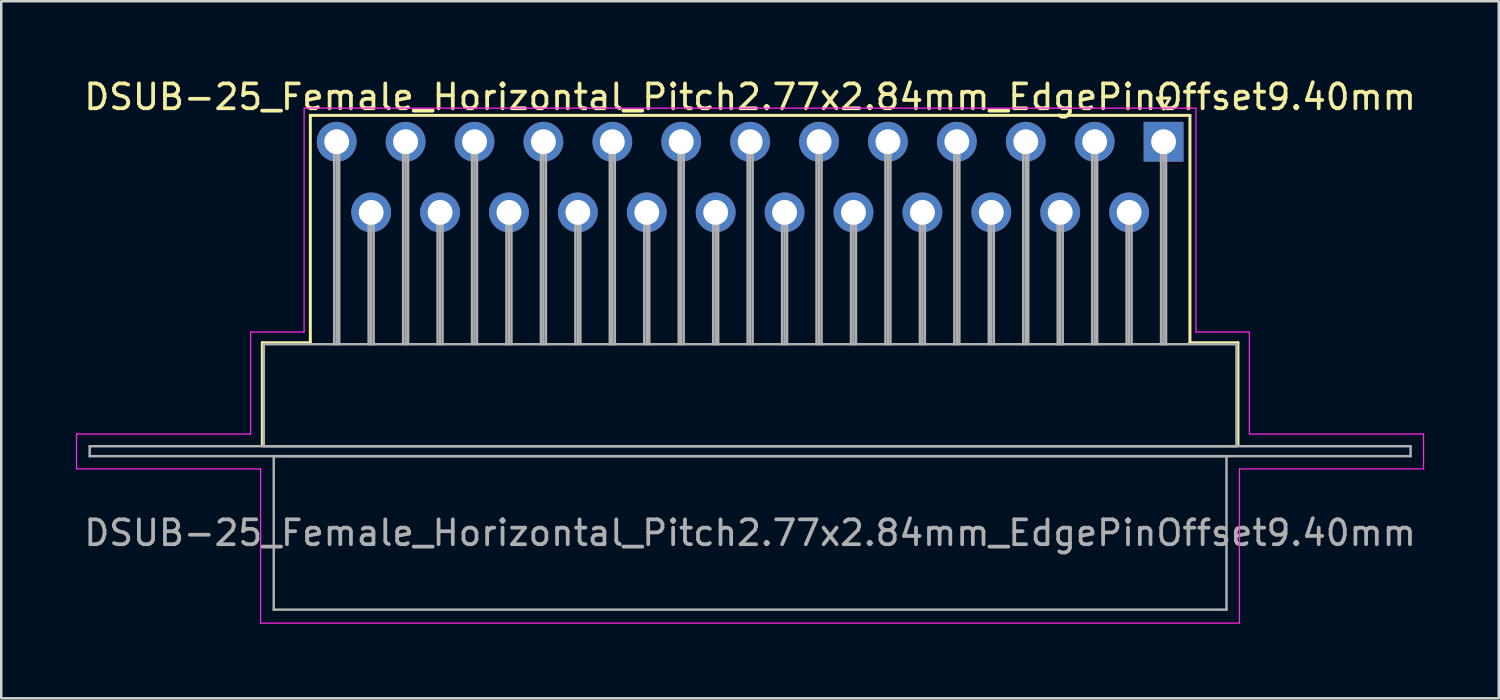
<source format=kicad_pcb>
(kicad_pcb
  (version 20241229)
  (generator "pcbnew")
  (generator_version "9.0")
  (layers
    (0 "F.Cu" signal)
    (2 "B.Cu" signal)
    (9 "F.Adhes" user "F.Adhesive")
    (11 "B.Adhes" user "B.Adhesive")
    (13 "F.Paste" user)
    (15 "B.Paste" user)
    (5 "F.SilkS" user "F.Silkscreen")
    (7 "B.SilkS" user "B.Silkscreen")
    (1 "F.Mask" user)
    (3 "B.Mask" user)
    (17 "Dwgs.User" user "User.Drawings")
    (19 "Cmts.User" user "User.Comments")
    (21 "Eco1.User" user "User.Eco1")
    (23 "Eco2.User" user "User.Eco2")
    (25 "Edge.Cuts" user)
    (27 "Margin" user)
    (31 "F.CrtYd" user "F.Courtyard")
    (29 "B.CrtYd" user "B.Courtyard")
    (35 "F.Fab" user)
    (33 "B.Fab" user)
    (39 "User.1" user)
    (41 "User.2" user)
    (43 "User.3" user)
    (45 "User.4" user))
  (footprint "DSUB-25_Female_Horizontal_Pitch2.77x2.84mm_EdgePinOffset9.40mm"
    (layer "F.Cu")
    (at 43.725 2.648)
    (property "Reference" "DSUB-25_Female_Horizontal_Pitch2.77x2.84mm_EdgePinOffset9.40mm" (at -16.62 -1.8 0) (layer "F.SilkS") (effects (font (size 1 1) (thickness 0.15))))
    (attr through_hole)
    (fp_line (start -36.23 8.08) (end -34.3 8.08) (stroke (width 0.12) (type solid)) (layer "F.SilkS"))
    (fp_line (start -36.23 12.18) (end -36.23 8.08) (stroke (width 0.12) (type solid)) (layer "F.SilkS"))
    (fp_line (start -34.3 -1.06) (end 1.06 -1.06) (stroke (width 0.12) (type solid)) (layer "F.SilkS"))
    (fp_line (start -34.3 8.08) (end -34.3 -1.06) (stroke (width 0.12) (type solid)) (layer "F.SilkS"))
    (fp_line (start -0.25 -1.754) (end 0.25 -1.754) (stroke (width 0.12) (type solid)) (layer "F.SilkS"))
    (fp_line (start 0 -1.321) (end -0.25 -1.754) (stroke (width 0.12) (type solid)) (layer "F.SilkS"))
    (fp_line (start 0.25 -1.754) (end 0 -1.321) (stroke (width 0.12) (type solid)) (layer "F.SilkS"))
    (fp_line (start 1.06 -1.06) (end 1.06 8.08) (stroke (width 0.12) (type solid)) (layer "F.SilkS"))
    (fp_line (start 1.06 8.08) (end 2.99 8.08) (stroke (width 0.12) (type solid)) (layer "F.SilkS"))
    (fp_line (start 2.99 8.08) (end 2.99 12.18) (stroke (width 0.12) (type solid)) (layer "F.SilkS"))
    (fp_line (start -43.7 11.75) (end -36.7 11.75) (stroke (width 0.05) (type solid)) (layer "F.CrtYd"))
    (fp_line (start -43.7 13.15) (end -43.7 11.75) (stroke (width 0.05) (type solid)) (layer "F.CrtYd"))
    (fp_line (start -36.7 7.65) (end -34.55 7.65) (stroke (width 0.05) (type solid)) (layer "F.CrtYd"))
    (fp_line (start -36.7 11.75) (end -36.7 7.65) (stroke (width 0.05) (type solid)) (layer "F.CrtYd"))
    (fp_line (start -36.3 13.15) (end -43.7 13.15) (stroke (width 0.05) (type solid)) (layer "F.CrtYd"))
    (fp_line (start -36.3 19.35) (end -36.3 13.15) (stroke (width 0.05) (type solid)) (layer "F.CrtYd"))
    (fp_line (start -34.55 -1.35) (end 1.3 -1.35) (stroke (width 0.05) (type solid)) (layer "F.CrtYd"))
    (fp_line (start -34.55 7.65) (end -34.55 -1.35) (stroke (width 0.05) (type solid)) (layer "F.CrtYd"))
    (fp_line (start 1.3 -1.35) (end 1.3 7.65) (stroke (width 0.05) (type solid)) (layer "F.CrtYd"))
    (fp_line (start 1.3 7.65) (end 3.45 7.65) (stroke (width 0.05) (type solid)) (layer "F.CrtYd"))
    (fp_line (start 3.05 13.15) (end 3.05 19.35) (stroke (width 0.05) (type solid)) (layer "F.CrtYd"))
    (fp_line (start 3.05 19.35) (end -36.3 19.35) (stroke (width 0.05) (type solid)) (layer "F.CrtYd"))
    (fp_line (start 3.45 7.65) (end 3.45 11.75) (stroke (width 0.05) (type solid)) (layer "F.CrtYd"))
    (fp_line (start 3.45 11.75) (end 10.45 11.75) (stroke (width 0.05) (type solid)) (layer "F.CrtYd"))
    (fp_line (start 10.45 11.75) (end 10.45 13.15) (stroke (width 0.05) (type solid)) (layer "F.CrtYd"))
    (fp_line (start 10.45 13.15) (end 3.05 13.15) (stroke (width 0.05) (type solid)) (layer "F.CrtYd"))
    (fp_line (start -43.17 12.24) (end -43.17 12.64) (stroke (width 0.1) (type solid)) (layer "F.Fab"))
    (fp_line (start -43.17 12.64) (end 9.93 12.64) (stroke (width 0.1) (type solid)) (layer "F.Fab"))
    (fp_line (start -36.17 8.14) (end -36.17 12.24) (stroke (width 0.1) (type solid)) (layer "F.Fab"))
    (fp_line (start -36.17 12.24) (end 2.93 12.24) (stroke (width 0.1) (type solid)) (layer "F.Fab"))
    (fp_line (start -35.77 12.64) (end -35.77 18.81) (stroke (width 0.1) (type solid)) (layer "F.Fab"))
    (fp_line (start -35.77 18.81) (end 2.53 18.81) (stroke (width 0.1) (type solid)) (layer "F.Fab"))
    (fp_line (start -33.34 0) (end -33.34 8.14) (stroke (width 0.1) (type solid)) (layer "F.Fab"))
    (fp_line (start -33.24 0) (end -33.24 8.14) (stroke (width 0.1) (type solid)) (layer "F.Fab"))
    (fp_line (start -33.14 0) (end -33.14 8.14) (stroke (width 0.1) (type solid)) (layer "F.Fab"))
    (fp_line (start -31.955 2.84) (end -31.955 8.14) (stroke (width 0.1) (type solid)) (layer "F.Fab"))
    (fp_line (start -31.855 2.84) (end -31.855 8.14) (stroke (width 0.1) (type solid)) (layer "F.Fab"))
    (fp_line (start -31.755 2.84) (end -31.755 8.14) (stroke (width 0.1) (type solid)) (layer "F.Fab"))
    (fp_line (start -30.57 0) (end -30.57 8.14) (stroke (width 0.1) (type solid)) (layer "F.Fab"))
    (fp_line (start -30.47 0) (end -30.47 8.14) (stroke (width 0.1) (type solid)) (layer "F.Fab"))
    (fp_line (start -30.37 0) (end -30.37 8.14) (stroke (width 0.1) (type solid)) (layer "F.Fab"))
    (fp_line (start -29.185 2.84) (end -29.185 8.14) (stroke (width 0.1) (type solid)) (layer "F.Fab"))
    (fp_line (start -29.085 2.84) (end -29.085 8.14) (stroke (width 0.1) (type solid)) (layer "F.Fab"))
    (fp_line (start -28.985 2.84) (end -28.985 8.14) (stroke (width 0.1) (type solid)) (layer "F.Fab"))
    (fp_line (start -27.8 0) (end -27.8 8.14) (stroke (width 0.1) (type solid)) (layer "F.Fab"))
    (fp_line (start -27.7 0) (end -27.7 8.14) (stroke (width 0.1) (type solid)) (layer "F.Fab"))
    (fp_line (start -27.6 0) (end -27.6 8.14) (stroke (width 0.1) (type solid)) (layer "F.Fab"))
    (fp_line (start -26.415 2.84) (end -26.415 8.14) (stroke (width 0.1) (type solid)) (layer "F.Fab"))
    (fp_line (start -26.315 2.84) (end -26.315 8.14) (stroke (width 0.1) (type solid)) (layer "F.Fab"))
    (fp_line (start -26.215 2.84) (end -26.215 8.14) (stroke (width 0.1) (type solid)) (layer "F.Fab"))
    (fp_line (start -25.03 0) (end -25.03 8.14) (stroke (width 0.1) (type solid)) (layer "F.Fab"))
    (fp_line (start -24.93 0) (end -24.93 8.14) (stroke (width 0.1) (type solid)) (layer "F.Fab"))
    (fp_line (start -24.83 0) (end -24.83 8.14) (stroke (width 0.1) (type solid)) (layer "F.Fab"))
    (fp_line (start -23.645 2.84) (end -23.645 8.14) (stroke (width 0.1) (type solid)) (layer "F.Fab"))
    (fp_line (start -23.545 2.84) (end -23.545 8.14) (stroke (width 0.1) (type solid)) (layer "F.Fab"))
    (fp_line (start -23.445 2.84) (end -23.445 8.14) (stroke (width 0.1) (type solid)) (layer "F.Fab"))
    (fp_line (start -22.26 0) (end -22.26 8.14) (stroke (width 0.1) (type solid)) (layer "F.Fab"))
    (fp_line (start -22.16 0) (end -22.16 8.14) (stroke (width 0.1) (type solid)) (layer "F.Fab"))
    (fp_line (start -22.06 0) (end -22.06 8.14) (stroke (width 0.1) (type solid)) (layer "F.Fab"))
    (fp_line (start -20.875 2.84) (end -20.875 8.14) (stroke (width 0.1) (type solid)) (layer "F.Fab"))
    (fp_line (start -20.775 2.84) (end -20.775 8.14) (stroke (width 0.1) (type solid)) (layer "F.Fab"))
    (fp_line (start -20.675 2.84) (end -20.675 8.14) (stroke (width 0.1) (type solid)) (layer "F.Fab"))
    (fp_line (start -19.49 0) (end -19.49 8.14) (stroke (width 0.1) (type solid)) (layer "F.Fab"))
    (fp_line (start -19.39 0) (end -19.39 8.14) (stroke (width 0.1) (type solid)) (layer "F.Fab"))
    (fp_line (start -19.29 0) (end -19.29 8.14) (stroke (width 0.1) (type solid)) (layer "F.Fab"))
    (fp_line (start -18.105 2.84) (end -18.105 8.14) (stroke (width 0.1) (type solid)) (layer "F.Fab"))
    (fp_line (start -18.005 2.84) (end -18.005 8.14) (stroke (width 0.1) (type solid)) (layer "F.Fab"))
    (fp_line (start -17.905 2.84) (end -17.905 8.14) (stroke (width 0.1) (type solid)) (layer "F.Fab"))
    (fp_line (start -16.72 0) (end -16.72 8.14) (stroke (width 0.1) (type solid)) (layer "F.Fab"))
    (fp_line (start -16.62 0) (end -16.62 8.14) (stroke (width 0.1) (type solid)) (layer "F.Fab"))
    (fp_line (start -16.52 0) (end -16.52 8.14) (stroke (width 0.1) (type solid)) (layer "F.Fab"))
    (fp_line (start -15.335 2.84) (end -15.335 8.14) (stroke (width 0.1) (type solid)) (layer "F.Fab"))
    (fp_line (start -15.235 2.84) (end -15.235 8.14) (stroke (width 0.1) (type solid)) (layer "F.Fab"))
    (fp_line (start -15.135 2.84) (end -15.135 8.14) (stroke (width 0.1) (type solid)) (layer "F.Fab"))
    (fp_line (start -13.95 0) (end -13.95 8.14) (stroke (width 0.1) (type solid)) (layer "F.Fab"))
    (fp_line (start -13.85 0) (end -13.85 8.14) (stroke (width 0.1) (type solid)) (layer "F.Fab"))
    (fp_line (start -13.75 0) (end -13.75 8.14) (stroke (width 0.1) (type solid)) (layer "F.Fab"))
    (fp_line (start -12.565 2.84) (end -12.565 8.14) (stroke (width 0.1) (type solid)) (layer "F.Fab"))
    (fp_line (start -12.465 2.84) (end -12.465 8.14) (stroke (width 0.1) (type solid)) (layer "F.Fab"))
    (fp_line (start -12.365 2.84) (end -12.365 8.14) (stroke (width 0.1) (type solid)) (layer "F.Fab"))
    (fp_line (start -11.18 0) (end -11.18 8.14) (stroke (width 0.1) (type solid)) (layer "F.Fab"))
    (fp_line (start -11.08 0) (end -11.08 8.14) (stroke (width 0.1) (type solid)) (layer "F.Fab"))
    (fp_line (start -10.98 0) (end -10.98 8.14) (stroke (width 0.1) (type solid)) (layer "F.Fab"))
    (fp_line (start -9.795 2.84) (end -9.795 8.14) (stroke (width 0.1) (type solid)) (layer "F.Fab"))
    (fp_line (start -9.695 2.84) (end -9.695 8.14) (stroke (width 0.1) (type solid)) (layer "F.Fab"))
    (fp_line (start -9.595 2.84) (end -9.595 8.14) (stroke (width 0.1) (type solid)) (layer "F.Fab"))
    (fp_line (start -8.41 0) (end -8.41 8.14) (stroke (width 0.1) (type solid)) (layer "F.Fab"))
    (fp_line (start -8.31 0) (end -8.31 8.14) (stroke (width 0.1) (type solid)) (layer "F.Fab"))
    (fp_line (start -8.21 0) (end -8.21 8.14) (stroke (width 0.1) (type solid)) (layer "F.Fab"))
    (fp_line (start -7.025 2.84) (end -7.025 8.14) (stroke (width 0.1) (type solid)) (layer "F.Fab"))
    (fp_line (start -6.925 2.84) (end -6.925 8.14) (stroke (width 0.1) (type solid)) (layer "F.Fab"))
    (fp_line (start -6.825 2.84) (end -6.825 8.14) (stroke (width 0.1) (type solid)) (layer "F.Fab"))
    (fp_line (start -5.64 0) (end -5.64 8.14) (stroke (width 0.1) (type solid)) (layer "F.Fab"))
    (fp_line (start -5.54 0) (end -5.54 8.14) (stroke (width 0.1) (type solid)) (layer "F.Fab"))
    (fp_line (start -5.44 0) (end -5.44 8.14) (stroke (width 0.1) (type solid)) (layer "F.Fab"))
    (fp_line (start -4.255 2.84) (end -4.255 8.14) (stroke (width 0.1) (type solid)) (layer "F.Fab"))
    (fp_line (start -4.155 2.84) (end -4.155 8.14) (stroke (width 0.1) (type solid)) (layer "F.Fab"))
    (fp_line (start -4.055 2.84) (end -4.055 8.14) (stroke (width 0.1) (type solid)) (layer "F.Fab"))
    (fp_line (start -2.87 0) (end -2.87 8.14) (stroke (width 0.1) (type solid)) (layer "F.Fab"))
    (fp_line (start -2.77 0) (end -2.77 8.14) (stroke (width 0.1) (type solid)) (layer "F.Fab"))
    (fp_line (start -2.67 0) (end -2.67 8.14) (stroke (width 0.1) (type solid)) (layer "F.Fab"))
    (fp_line (start -1.485 2.84) (end -1.485 8.14) (stroke (width 0.1) (type solid)) (layer "F.Fab"))
    (fp_line (start -1.385 2.84) (end -1.385 8.14) (stroke (width 0.1) (type solid)) (layer "F.Fab"))
    (fp_line (start -1.285 2.84) (end -1.285 8.14) (stroke (width 0.1) (type solid)) (layer "F.Fab"))
    (fp_line (start -0.1 0) (end -0.1 8.14) (stroke (width 0.1) (type solid)) (layer "F.Fab"))
    (fp_line (start 0 0) (end 0 8.14) (stroke (width 0.1) (type solid)) (layer "F.Fab"))
    (fp_line (start 0.1 0) (end 0.1 8.14) (stroke (width 0.1) (type solid)) (layer "F.Fab"))
    (fp_line (start 2.53 12.64) (end -35.77 12.64) (stroke (width 0.1) (type solid)) (layer "F.Fab"))
    (fp_line (start 2.53 18.81) (end 2.53 12.64) (stroke (width 0.1) (type solid)) (layer "F.Fab"))
    (fp_line (start 2.93 8.14) (end -36.17 8.14) (stroke (width 0.1) (type solid)) (layer "F.Fab"))
    (fp_line (start 2.93 12.24) (end 2.93 8.14) (stroke (width 0.1) (type solid)) (layer "F.Fab"))
    (fp_line (start 9.93 12.24) (end -43.17 12.24) (stroke (width 0.1) (type solid)) (layer "F.Fab"))
    (fp_line (start 9.93 12.64) (end 9.93 12.24) (stroke (width 0.1) (type solid)) (layer "F.Fab"))
    (fp_text user "${REFERENCE}" (at -16.62 15.725 0) (layer "F.Fab") (effects (font (size 1 1) (thickness 0.15))))
    (pad "1" thru_hole rect (at 0 0) (size 1.6 1.6) (drill 1) (layers "*.Cu" "*.Mask"))
    (pad "2" thru_hole circle (at -2.77 0) (size 1.6 1.6) (drill 1) (layers "*.Cu" "*.Mask"))
    (pad "3" thru_hole circle (at -5.54 0) (size 1.6 1.6) (drill 1) (layers "*.Cu" "*.Mask"))
    (pad "4" thru_hole circle (at -8.31 0) (size 1.6 1.6) (drill 1) (layers "*.Cu" "*.Mask"))
    (pad "5" thru_hole circle (at -11.08 0) (size 1.6 1.6) (drill 1) (layers "*.Cu" "*.Mask"))
    (pad "6" thru_hole circle (at -13.85 0) (size 1.6 1.6) (drill 1) (layers "*.Cu" "*.Mask"))
    (pad "7" thru_hole circle (at -16.62 0) (size 1.6 1.6) (drill 1) (layers "*.Cu" "*.Mask"))
    (pad "8" thru_hole circle (at -19.39 0) (size 1.6 1.6) (drill 1) (layers "*.Cu" "*.Mask"))
    (pad "9" thru_hole circle (at -22.16 0) (size 1.6 1.6) (drill 1) (layers "*.Cu" "*.Mask"))
    (pad "10" thru_hole circle (at -24.93 0) (size 1.6 1.6) (drill 1) (layers "*.Cu" "*.Mask"))
    (pad "11" thru_hole circle (at -27.7 0) (size 1.6 1.6) (drill 1) (layers "*.Cu" "*.Mask"))
    (pad "12" thru_hole circle (at -30.47 0) (size 1.6 1.6) (drill 1) (layers "*.Cu" "*.Mask"))
    (pad "13" thru_hole circle (at -33.24 0) (size 1.6 1.6) (drill 1) (layers "*.Cu" "*.Mask"))
    (pad "14" thru_hole circle (at -1.385 2.84) (size 1.6 1.6) (drill 1) (layers "*.Cu" "*.Mask"))
    (pad "15" thru_hole circle (at -4.155 2.84) (size 1.6 1.6) (drill 1) (layers "*.Cu" "*.Mask"))
    (pad "16" thru_hole circle (at -6.925 2.84) (size 1.6 1.6) (drill 1) (layers "*.Cu" "*.Mask"))
    (pad "17" thru_hole circle (at -9.695 2.84) (size 1.6 1.6) (drill 1) (layers "*.Cu" "*.Mask"))
    (pad "18" thru_hole circle (at -12.465 2.84) (size 1.6 1.6) (drill 1) (layers "*.Cu" "*.Mask"))
    (pad "19" thru_hole circle (at -15.235 2.84) (size 1.6 1.6) (drill 1) (layers "*.Cu" "*.Mask"))
    (pad "20" thru_hole circle (at -18.005 2.84) (size 1.6 1.6) (drill 1) (layers "*.Cu" "*.Mask"))
    (pad "21" thru_hole circle (at -20.775 2.84) (size 1.6 1.6) (drill 1) (layers "*.Cu" "*.Mask"))
    (pad "22" thru_hole circle (at -23.545 2.84) (size 1.6 1.6) (drill 1) (layers "*.Cu" "*.Mask"))
    (pad "23" thru_hole circle (at -26.315 2.84) (size 1.6 1.6) (drill 1) (layers "*.Cu" "*.Mask"))
    (pad "24" thru_hole circle (at -29.085 2.84) (size 1.6 1.6) (drill 1) (layers "*.Cu" "*.Mask"))
    (pad "25" thru_hole circle (at -31.855 2.84) (size 1.6 1.6) (drill 1) (layers "*.Cu" "*.Mask")))
  (gr_rect
    (start -3 -3)
    (end 57.2 25.023)
    (stroke (width 0.1) (type default))
    (fill no)
    (layer "Edge.Cuts")))
</source>
